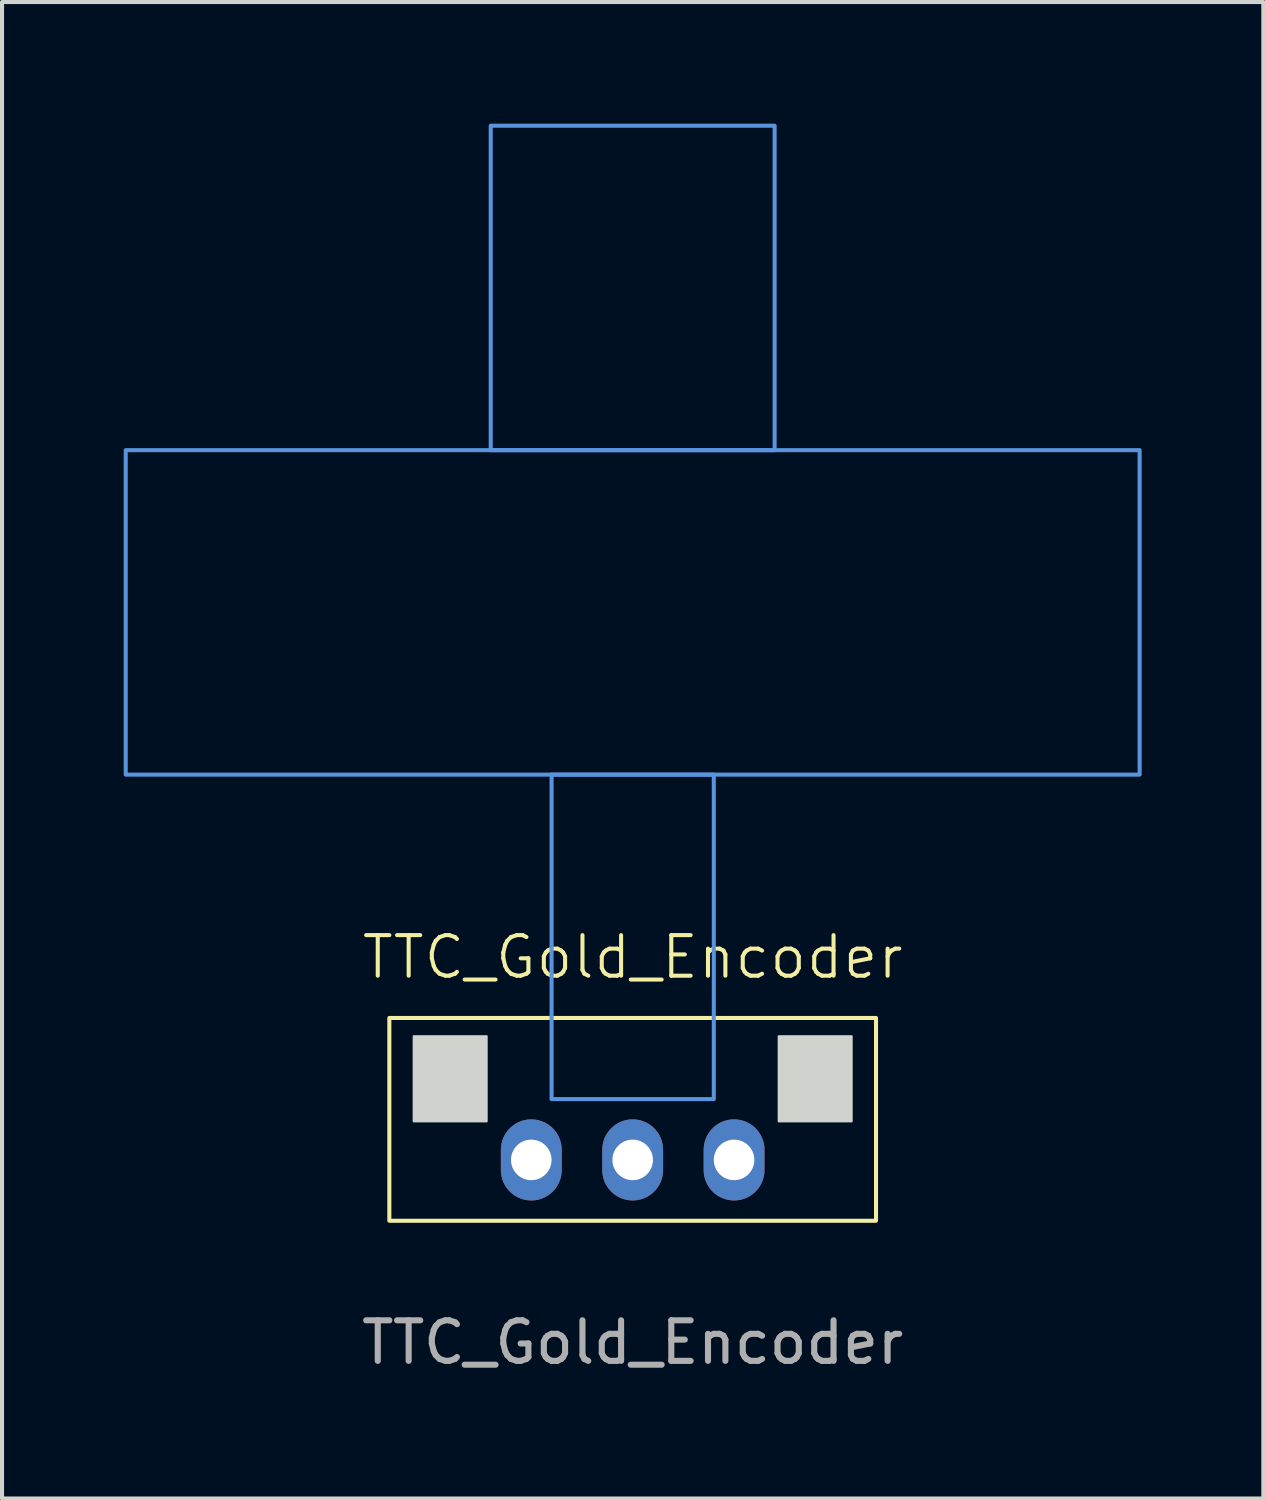
<source format=kicad_pcb>
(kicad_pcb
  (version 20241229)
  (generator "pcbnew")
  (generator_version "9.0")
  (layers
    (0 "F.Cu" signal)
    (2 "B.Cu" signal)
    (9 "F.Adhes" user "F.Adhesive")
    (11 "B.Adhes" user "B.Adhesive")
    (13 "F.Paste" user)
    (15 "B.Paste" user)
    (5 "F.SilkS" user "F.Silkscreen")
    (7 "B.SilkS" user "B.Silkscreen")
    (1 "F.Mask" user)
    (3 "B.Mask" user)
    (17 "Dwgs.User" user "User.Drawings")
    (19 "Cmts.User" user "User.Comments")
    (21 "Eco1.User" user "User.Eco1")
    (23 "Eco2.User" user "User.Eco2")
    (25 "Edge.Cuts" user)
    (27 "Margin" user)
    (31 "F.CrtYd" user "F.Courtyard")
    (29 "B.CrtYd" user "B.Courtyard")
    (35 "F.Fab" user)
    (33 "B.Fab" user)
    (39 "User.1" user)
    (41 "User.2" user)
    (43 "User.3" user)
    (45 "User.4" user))
  (footprint "TTC_Gold_Encoder"
    (layer "F.Cu")
    (at 12.55 25.55)
    (property "Reference" "TTC_Gold_Encoder" (at 0 -5 0) (unlocked yes) (layer "F.SilkS") (effects (font (size 1 1) (thickness 0.1))))
    (attr through_hole)
    (fp_rect (start -6 -3.5) (end 6 1.5) (stroke (width 0.1) (type default)) (fill no) (layer "F.SilkS"))
    (fp_rect (start -12.5 -17.5) (end 12.5 -9.5) (stroke (width 0.1) (type default)) (fill no) (layer "Cmts.User"))
    (fp_rect (start -3.5 -25.5) (end 3.5 -17.5) (stroke (width 0.1) (type default)) (fill no) (layer "Cmts.User"))
    (fp_rect (start -2 -9.5) (end 2 -1.5) (stroke (width 0.1) (type default)) (fill no) (layer "Cmts.User"))
    (fp_rect (start -5.4 -3.05) (end -3.6 -0.95) (stroke (width 0.05) (type default)) (fill yes) (layer "Edge.Cuts"))
    (fp_rect (start 5.4 -3.05) (end 3.6 -0.95) (stroke (width 0.05) (type default)) (fill yes) (layer "Edge.Cuts"))
    (fp_text user "${REFERENCE}" (at 0 4.5 0) (unlocked yes) (layer "F.Fab") (effects (font (size 1 1) (thickness 0.15))))
    (pad "1" thru_hole oval (at -2.5 0) (size 1.5 2) (drill 1) (layers "*.Cu" "*.Mask"))
    (pad "2" thru_hole oval (at 0 0) (size 1.5 2) (drill 1) (layers "*.Cu" "*.Mask"))
    (pad "3" thru_hole oval (at 2.5 0) (size 1.5 2) (drill 1) (layers "*.Cu" "*.Mask")))
  (gr_rect
    (start -3 -3)
    (end 28.1 33.898)
    (stroke (width 0.1) (type default))
    (fill no)
    (layer "Edge.Cuts")))
</source>
